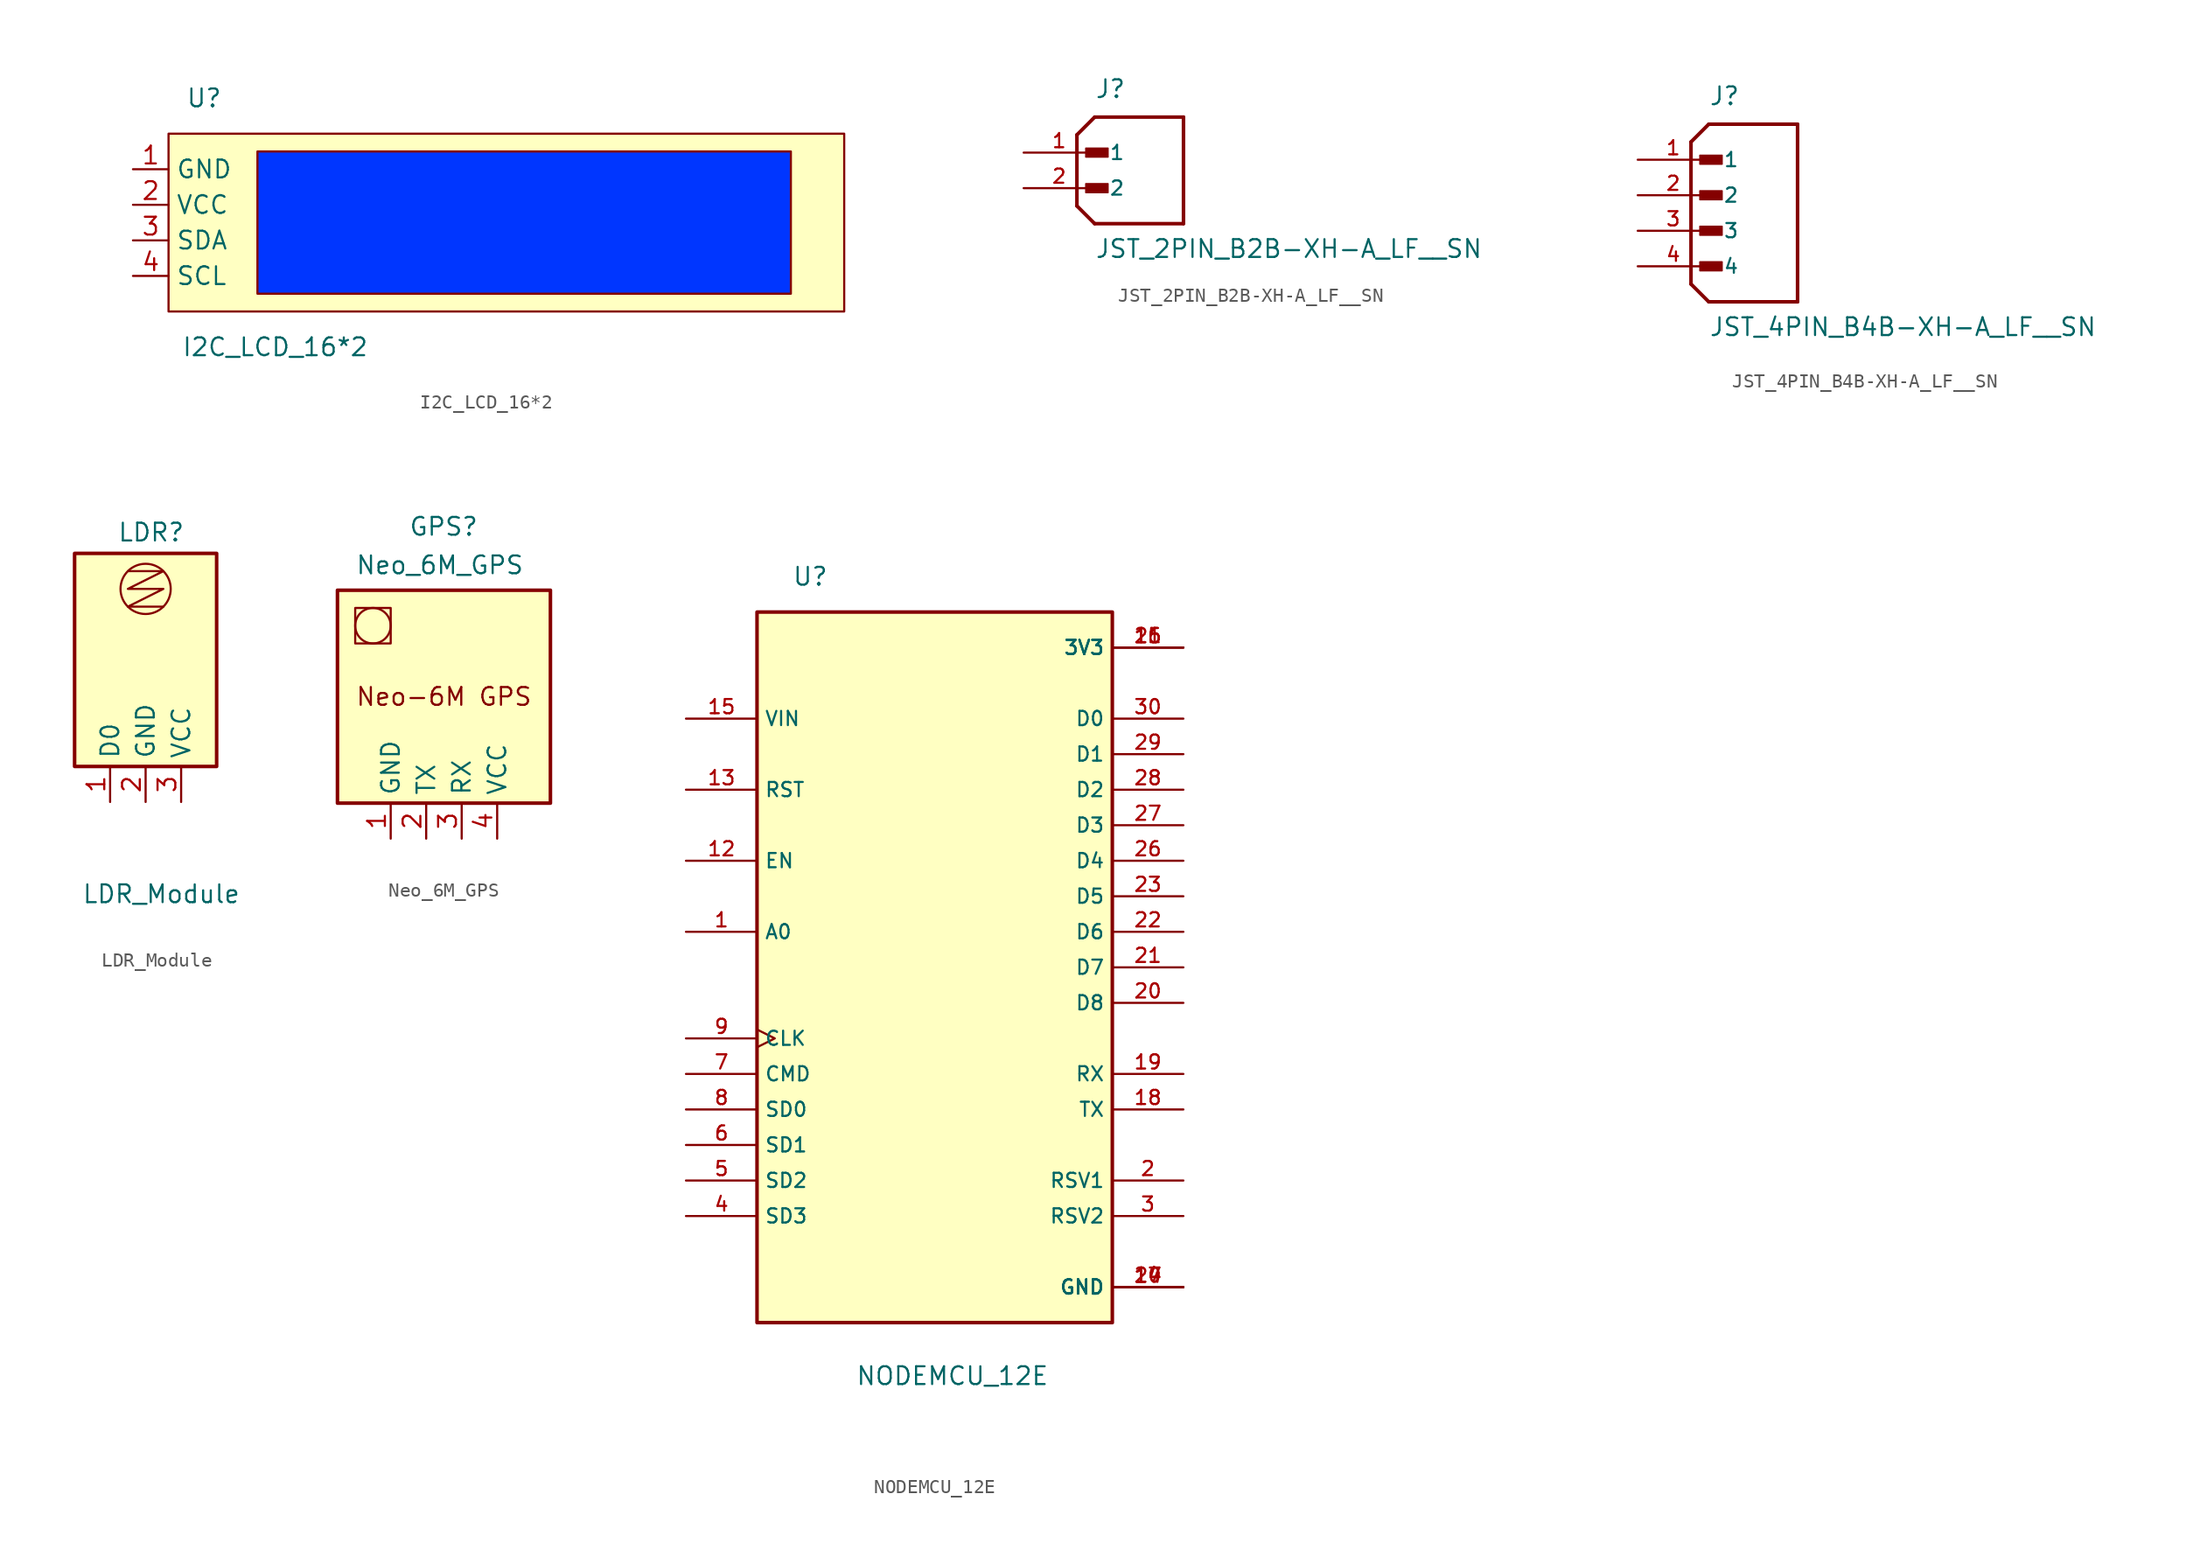
<source format=kicad_sym>
(kicad_symbol_lib
  (version 20231120)
  (generator "kicad_symbol_editor")
  (generator_version "8.0")
  (symbol "I2C_LCD_16*2"
    (property "Reference" "U"
      (at -20.32 7.62 0)
      (effects (font (size 1.27 1.27))))
    (property "Value" "I2C_LCD_16*2"
      (at -15.24 -10.16 0)
      (effects (font (size 1.27 1.27))))
    (symbol "I2C_LCD_16*2_1_1"
      (rectangle (start -22.86 5.08) (end 25.4 -7.62) (stroke (width 0) (type default)) (fill (type background)))
      (rectangle (start -16.51 3.81) (end 21.59 -6.35) (stroke (width 0) (type default)) (fill (type color) (color 0 54 255 1)))
      (pin power_in line (at -25.4 2.54 0) (length 2.54) (name "GND" (effects (font (size 1.27 1.27)))) (number "1" (effects (font (size 1.27 1.27)))))
      (pin power_in line (at -25.4 0 0) (length 2.54) (name "VCC" (effects (font (size 1.27 1.27)))) (number "2" (effects (font (size 1.27 1.27)))))
      (pin bidirectional line (at -25.4 -2.54 0) (length 2.54) (name "SDA" (effects (font (size 1.27 1.27)))) (number "3" (effects (font (size 1.27 1.27)))))
      (pin bidirectional line (at -25.4 -5.08 0) (length 2.54) (name "SCL" (effects (font (size 1.27 1.27)))) (number "4" (effects (font (size 1.27 1.27)))))))
  (symbol "JST_2PIN_B2B-XH-A_LF__SN"
    (pin_names
      (offset 1.016))
    (property "Reference" "J"
      (at -2.54 6.35 0)
      (effects (font (size 1.27 1.27)) (justify left bottom)))
    (property "Value" "JST_2PIN_B2B-XH-A_LF__SN"
      (at -2.54 -5.08 0)
      (effects (font (size 1.27 1.27)) (justify left bottom)))
    (symbol "JST_2PIN_B2B-XH-A_LF__SN_0_0"
      (rectangle (start -3.175 -0.318) (end -1.587 0.318) (stroke (width 0.1) (type default)) (fill (type outline)))
      (rectangle (start -3.175 2.223) (end -1.587 2.857) (stroke (width 0.1) (type default)) (fill (type outline)))
      (polyline (pts (xy -3.81 -1.27) (xy -2.54 -2.54)) (stroke (width 0.254) (type default)) (fill (type none)))
      (polyline (pts (xy -3.81 3.81) (xy -3.81 -1.27)) (stroke (width 0.254) (type default)) (fill (type none)))
      (polyline (pts (xy -3.81 3.81) (xy -2.54 5.08)) (stroke (width 0.254) (type default)) (fill (type none)))
      (polyline (pts (xy -2.54 -2.54) (xy 3.81 -2.54)) (stroke (width 0.254) (type default)) (fill (type none)))
      (polyline (pts (xy 3.81 -2.54) (xy 3.81 5.08)) (stroke (width 0.254) (type default)) (fill (type none)))
      (polyline (pts (xy 3.81 5.08) (xy -2.54 5.08)) (stroke (width 0.254) (type default)) (fill (type none)))
      (pin passive line (at -7.62 2.54 0) (length 5.08) (name "1" (effects (font (size 1.016 1.016)))) (number "1" (effects (font (size 1.016 1.016)))))
      (pin passive line (at -7.62 0 0) (length 5.08) (name "2" (effects (font (size 1.016 1.016)))) (number "2" (effects (font (size 1.016 1.016)))))))
  (symbol "JST_4PIN_B4B-XH-A_LF__SN"
    (pin_names
      (offset 1.016))
    (property "Reference" "J"
      (at -2.54 6.35 0)
      (effects (font (size 1.27 1.27)) (justify left bottom)))
    (property "Value" "JST_4PIN_B4B-XH-A_LF__SN"
      (at -2.54 -10.16 0)
      (effects (font (size 1.27 1.27)) (justify left bottom)))
    (symbol "JST_4PIN_B4B-XH-A_LF__SN_0_0"
      (rectangle (start -3.175 -5.397) (end -1.587 -4.763) (stroke (width 0.1) (type default)) (fill (type outline)))
      (rectangle (start -3.175 -2.857) (end -1.587 -2.223) (stroke (width 0.1) (type default)) (fill (type outline)))
      (rectangle (start -3.175 -0.318) (end -1.587 0.318) (stroke (width 0.1) (type default)) (fill (type outline)))
      (rectangle (start -3.175 2.223) (end -1.587 2.857) (stroke (width 0.1) (type default)) (fill (type outline)))
      (polyline (pts (xy -3.81 -6.35) (xy -2.54 -7.62)) (stroke (width 0.254) (type default)) (fill (type none)))
      (polyline (pts (xy -3.81 3.81) (xy -3.81 -6.35)) (stroke (width 0.254) (type default)) (fill (type none)))
      (polyline (pts (xy -3.81 3.81) (xy -2.54 5.08)) (stroke (width 0.254) (type default)) (fill (type none)))
      (polyline (pts (xy -2.54 -7.62) (xy 3.81 -7.62)) (stroke (width 0.254) (type default)) (fill (type none)))
      (polyline (pts (xy 3.81 -7.62) (xy 3.81 5.08)) (stroke (width 0.254) (type default)) (fill (type none)))
      (polyline (pts (xy 3.81 5.08) (xy -2.54 5.08)) (stroke (width 0.254) (type default)) (fill (type none)))
      (pin passive line (at -7.62 2.54 0) (length 5.08) (name "1" (effects (font (size 1.016 1.016)))) (number "1" (effects (font (size 1.016 1.016)))))
      (pin passive line (at -7.62 0 0) (length 5.08) (name "2" (effects (font (size 1.016 1.016)))) (number "2" (effects (font (size 1.016 1.016)))))
      (pin passive line (at -7.62 -2.54 0) (length 5.08) (name "3" (effects (font (size 1.016 1.016)))) (number "3" (effects (font (size 1.016 1.016)))))
      (pin passive line (at -7.62 -5.08 0) (length 5.08) (name "4" (effects (font (size 1.016 1.016)))) (number "4" (effects (font (size 1.016 1.016)))))))
  (symbol "LDR_Module"
    (property "Reference" "LDR"
      (at -2.032 8.382 0)
      (effects (font (size 1.27 1.27)) (justify left bottom)))
    (property "Value" "LDR_Module"
      (at -4.572 -16.002 0)
      (effects (font (size 1.27 1.27)) (justify left top)))
    (symbol "LDR_Module_0_1"
      (polyline (pts (xy -1.27 6.35) (xy 1.27 6.35) (xy -1.27 5.08) (xy 1.27 5.08) (xy -1.27 3.81) (xy 1.27 3.81)) (stroke (width 0) (type default)) (fill (type none)))
      (circle (center 0 5.08) (radius 1.796) (stroke (width 0) (type default)) (fill (type none))))
    (symbol "LDR_Module_1_1"
      (rectangle (start -5.08 7.62) (end 5.08 -7.62) (stroke (width 0.254) (type default)) (fill (type background)))
      (pin passive line (at -2.54 -10.16 90) (length 2.54) (name "D0" (effects (font (size 1.27 1.27)))) (number "1" (effects (font (size 1.27 1.27)))))
      (pin power_in line (at 0 -10.16 90) (length 2.54) (name "GND" (effects (font (size 1.27 1.27)))) (number "2" (effects (font (size 1.27 1.27)))))
      (pin power_in line (at 2.54 -10.16 90) (length 2.54) (name "VCC" (effects (font (size 1.27 1.27)))) (number "3" (effects (font (size 1.27 1.27)))))))
  (symbol "Neo_6M_GPS"
    (property "Reference" "GPS"
      (at -2.54 11.43 0)
      (effects (font (size 1.27 1.27)) (justify left bottom)))
    (property "Value" "Neo_6M_GPS"
      (at -6.35 10.16 0)
      (effects (font (size 1.27 1.27)) (justify left top)))
    (symbol "Neo_6M_GPS_0_1"
      (rectangle (start -6.35 6.35) (end -3.81 3.81) (stroke (width 0) (type default)) (fill (type none)))
      (circle (center -5.08 5.08) (radius 1.27) (stroke (width 0) (type default)) (fill (type none))))
    (symbol "Neo_6M_GPS_1_1"
      (rectangle (start -7.62 7.62) (end 7.62 -7.62) (stroke (width 0.254) (type default)) (fill (type background)))
      (text "Neo-6M GPS\n" (at 0 0 0) (effects (font (size 1.27 1.27))))
      (pin power_in line (at -3.81 -10.16 90) (length 2.54) (name "GND" (effects (font (size 1.27 1.27)))) (number "1" (effects (font (size 1.27 1.27)))))
      (pin bidirectional line (at -1.27 -10.16 90) (length 2.54) (name "TX" (effects (font (size 1.27 1.27)))) (number "2" (effects (font (size 1.27 1.27)))))
      (pin bidirectional line (at 1.27 -10.16 90) (length 2.54) (name "RX" (effects (font (size 1.27 1.27)))) (number "3" (effects (font (size 1.27 1.27)))))
      (pin power_in line (at 3.81 -10.16 90) (length 2.54) (name "VCC" (effects (font (size 1.27 1.27)))) (number "4" (effects (font (size 1.27 1.27)))))))
  (symbol "NODEMCU_12E"
    (property "Reference" "U"
      (at -8.89 27.94 0)
      (effects (font (size 1.27 1.27))))
    (property "Value" "NODEMCU_12E"
      (at 1.27 -29.21 0)
      (effects (font (size 1.27 1.27))))
    (symbol "NODEMCU_12E_0_0"
      (pin input line (at -17.78 2.54 0) (length 5.08) (name "A0" (effects (font (size 1.016 1.016)))) (number "1" (effects (font (size 1.016 1.016)))))
      (pin power_in line (at 17.78 -22.86 180) (length 5.08) (name "GND" (effects (font (size 1.016 1.016)))) (number "10" (effects (font (size 1.016 1.016)))))
      (pin power_in line (at 17.78 22.86 180) (length 5.08) (name "3V3" (effects (font (size 1.016 1.016)))) (number "11" (effects (font (size 1.016 1.016)))))
      (pin input line (at -17.78 7.62 0) (length 5.08) (name "EN" (effects (font (size 1.016 1.016)))) (number "12" (effects (font (size 1.016 1.016)))))
      (pin input line (at -17.78 12.7 0) (length 5.08) (name "RST" (effects (font (size 1.016 1.016)))) (number "13" (effects (font (size 1.016 1.016)))))
      (pin power_in line (at 17.78 -22.86 180) (length 5.08) (name "GND" (effects (font (size 1.016 1.016)))) (number "14" (effects (font (size 1.016 1.016)))))
      (pin input line (at -17.78 17.78 0) (length 5.08) (name "VIN" (effects (font (size 1.016 1.016)))) (number "15" (effects (font (size 1.016 1.016)))))
      (pin power_in line (at 17.78 22.86 180) (length 5.08) (name "3V3" (effects (font (size 1.016 1.016)))) (number "16" (effects (font (size 1.016 1.016)))))
      (pin power_in line (at 17.78 -22.86 180) (length 5.08) (name "GND" (effects (font (size 1.016 1.016)))) (number "17" (effects (font (size 1.016 1.016)))))
      (pin bidirectional line (at 17.78 -10.16 180) (length 5.08) (name "TX" (effects (font (size 1.016 1.016)))) (number "18" (effects (font (size 1.016 1.016)))))
      (pin bidirectional line (at 17.78 -7.62 180) (length 5.08) (name "RX" (effects (font (size 1.016 1.016)))) (number "19" (effects (font (size 1.016 1.016)))))
      (pin passive line (at 17.78 -15.24 180) (length 5.08) (name "RSV1" (effects (font (size 1.016 1.016)))) (number "2" (effects (font (size 1.016 1.016)))))
      (pin bidirectional line (at 17.78 -2.54 180) (length 5.08) (name "D8" (effects (font (size 1.016 1.016)))) (number "20" (effects (font (size 1.016 1.016)))))
      (pin bidirectional line (at 17.78 0 180) (length 5.08) (name "D7" (effects (font (size 1.016 1.016)))) (number "21" (effects (font (size 1.016 1.016)))))
      (pin bidirectional line (at 17.78 2.54 180) (length 5.08) (name "D6" (effects (font (size 1.016 1.016)))) (number "22" (effects (font (size 1.016 1.016)))))
      (pin bidirectional line (at 17.78 5.08 180) (length 5.08) (name "D5" (effects (font (size 1.016 1.016)))) (number "23" (effects (font (size 1.016 1.016)))))
      (pin power_in line (at 17.78 -22.86 180) (length 5.08) (name "GND" (effects (font (size 1.016 1.016)))) (number "24" (effects (font (size 1.016 1.016)))))
      (pin power_in line (at 17.78 22.86 180) (length 5.08) (name "3V3" (effects (font (size 1.016 1.016)))) (number "25" (effects (font (size 1.016 1.016)))))
      (pin bidirectional line (at 17.78 7.62 180) (length 5.08) (name "D4" (effects (font (size 1.016 1.016)))) (number "26" (effects (font (size 1.016 1.016)))))
      (pin bidirectional line (at 17.78 10.16 180) (length 5.08) (name "D3" (effects (font (size 1.016 1.016)))) (number "27" (effects (font (size 1.016 1.016)))))
      (pin bidirectional line (at 17.78 12.7 180) (length 5.08) (name "D2" (effects (font (size 1.016 1.016)))) (number "28" (effects (font (size 1.016 1.016)))))
      (pin bidirectional line (at 17.78 15.24 180) (length 5.08) (name "D1" (effects (font (size 1.016 1.016)))) (number "29" (effects (font (size 1.016 1.016)))))
      (pin passive line (at 17.78 -17.78 180) (length 5.08) (name "RSV2" (effects (font (size 1.016 1.016)))) (number "3" (effects (font (size 1.016 1.016)))))
      (pin bidirectional line (at 17.78 17.78 180) (length 5.08) (name "D0" (effects (font (size 1.016 1.016)))) (number "30" (effects (font (size 1.016 1.016)))))
      (pin bidirectional line (at -17.78 -17.78 0) (length 5.08) (name "SD3" (effects (font (size 1.016 1.016)))) (number "4" (effects (font (size 1.016 1.016)))))
      (pin bidirectional line (at -17.78 -15.24 0) (length 5.08) (name "SD2" (effects (font (size 1.016 1.016)))) (number "5" (effects (font (size 1.016 1.016)))))
      (pin bidirectional line (at -17.78 -12.7 0) (length 5.08) (name "SD1" (effects (font (size 1.016 1.016)))) (number "6" (effects (font (size 1.016 1.016)))))
      (pin input line (at -17.78 -7.62 0) (length 5.08) (name "CMD" (effects (font (size 1.016 1.016)))) (number "7" (effects (font (size 1.016 1.016)))))
      (pin bidirectional line (at -17.78 -10.16 0) (length 5.08) (name "SD0" (effects (font (size 1.016 1.016)))) (number "8" (effects (font (size 1.016 1.016)))))
      (pin input clock (at -17.78 -5.08 0) (length 5.08) (name "CLK" (effects (font (size 1.016 1.016)))) (number "9" (effects (font (size 1.016 1.016))))))
    (symbol "NODEMCU_12E_1_0"
      (rectangle (start -12.7 25.4) (end 12.7 -25.4) (stroke (width 0.254) (type default)) (fill (type background))))))
</source>
